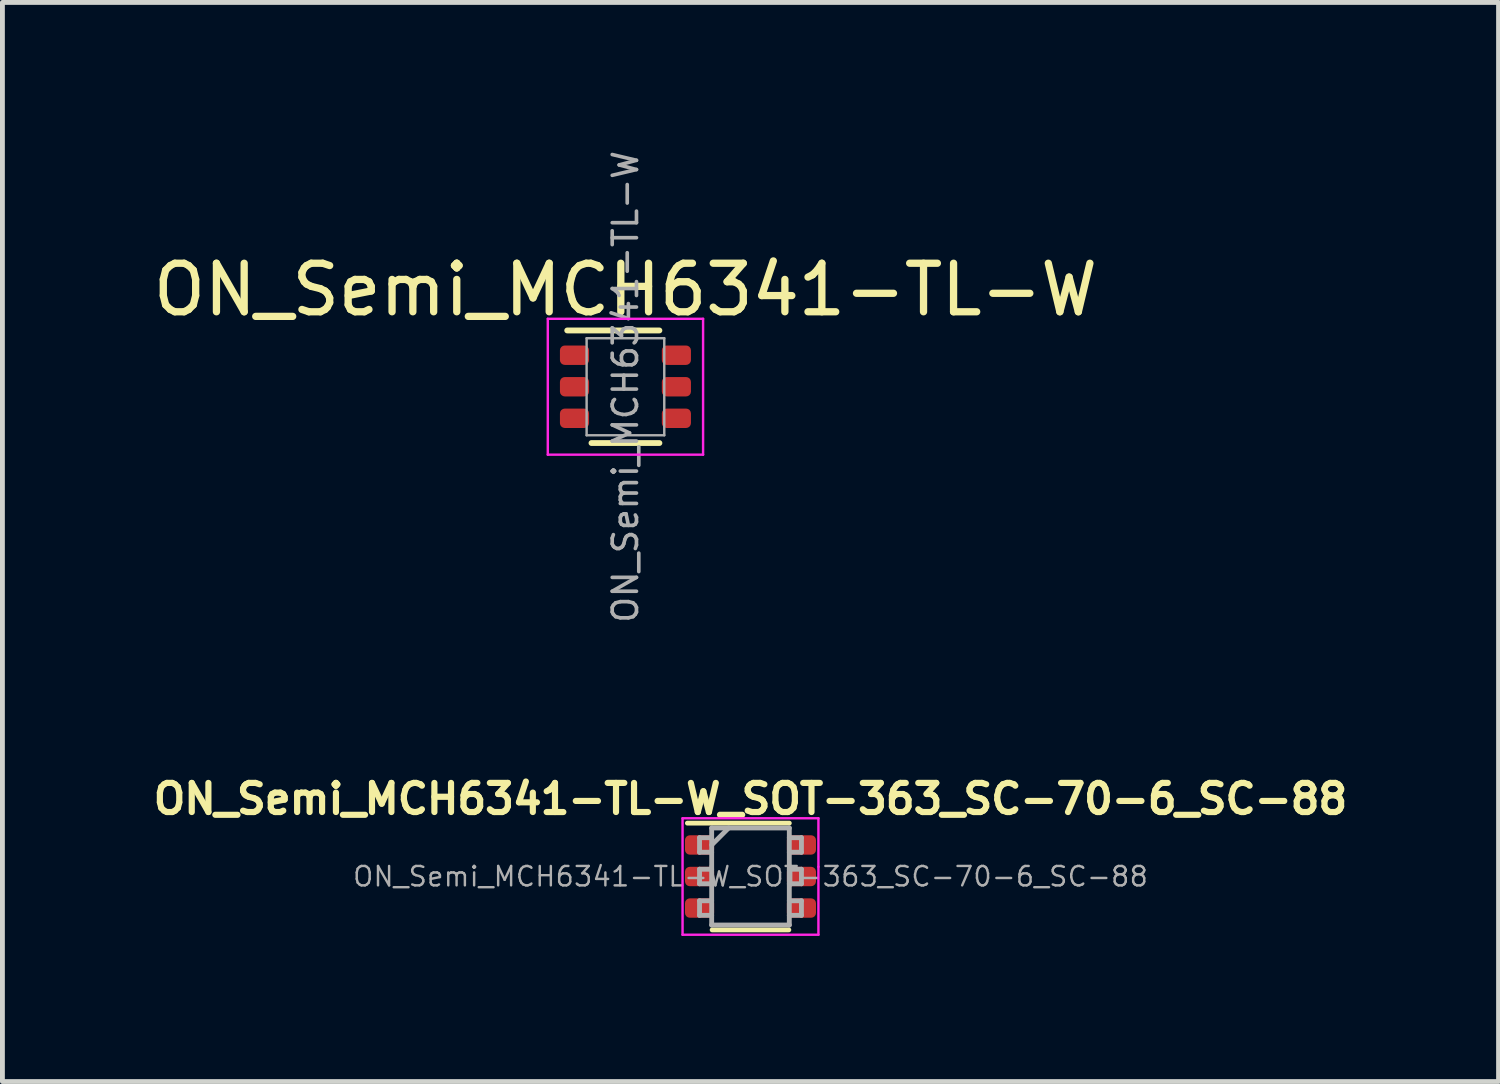
<source format=kicad_pcb>
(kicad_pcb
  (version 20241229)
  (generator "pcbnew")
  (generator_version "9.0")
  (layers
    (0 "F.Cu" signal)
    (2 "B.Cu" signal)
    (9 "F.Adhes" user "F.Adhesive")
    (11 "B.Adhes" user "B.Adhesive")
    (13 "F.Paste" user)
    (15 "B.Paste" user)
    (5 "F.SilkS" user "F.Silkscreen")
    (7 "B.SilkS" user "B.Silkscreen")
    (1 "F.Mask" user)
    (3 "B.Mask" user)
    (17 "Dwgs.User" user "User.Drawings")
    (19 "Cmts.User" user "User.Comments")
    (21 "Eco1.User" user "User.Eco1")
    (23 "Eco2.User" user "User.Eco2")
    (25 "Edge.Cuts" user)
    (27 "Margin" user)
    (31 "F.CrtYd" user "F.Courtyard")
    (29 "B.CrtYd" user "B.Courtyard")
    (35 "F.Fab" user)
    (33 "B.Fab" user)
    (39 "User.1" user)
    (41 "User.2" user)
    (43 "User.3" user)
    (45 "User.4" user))
  (footprint "ON_Semi_MCH6341-TL-W_SOT-363_SC-70-6_SC-88"
    (layer "F.Cu")
    (at 12.416 15.013)
    (property "Reference" "ON_Semi_MCH6341-TL-W_SOT-363_SC-70-6_SC-88" (at 0 -1.6 0) (layer "F.SilkS") (effects (font (size 0.6 0.6) (thickness 0.127))))
    (attr smd)
    (fp_line (start -0.79 1.1) (end 0.79 1.1) (stroke (width 0.1) (type solid)) (layer "F.SilkS"))
    (fp_line (start 0.8 -1.1) (end -1.3 -1.1) (stroke (width 0.1) (type solid)) (layer "F.SilkS"))
    (fp_line (start -1.4 -1.2) (end 1.4 -1.2) (stroke (width 0.05) (type solid)) (layer "F.CrtYd"))
    (fp_line (start -1.4 1.2) (end -1.4 -1.2) (stroke (width 0.05) (type solid)) (layer "F.CrtYd"))
    (fp_line (start -1.4 1.2) (end 1.4 1.2) (stroke (width 0.05) (type solid)) (layer "F.CrtYd"))
    (fp_line (start 1.4 -1.2) (end 1.4 -0.2) (stroke (width 0.05) (type solid)) (layer "F.CrtYd"))
    (fp_line (start 1.4 -0.2) (end 1.4 1.2) (stroke (width 0.05) (type solid)) (layer "F.CrtYd"))
    (fp_line (start -1.05 -0.8) (end -0.8 -0.8) (stroke (width 0.1) (type solid)) (layer "F.Fab"))
    (fp_line (start -1.05 -0.5) (end -1.05 -0.8) (stroke (width 0.1) (type solid)) (layer "F.Fab"))
    (fp_line (start -1.05 -0.5) (end -0.8 -0.5) (stroke (width 0.1) (type solid)) (layer "F.Fab"))
    (fp_line (start -1.05 -0.15) (end -0.8 -0.15) (stroke (width 0.1) (type solid)) (layer "F.Fab"))
    (fp_line (start -1.05 0.15) (end -1.05 -0.15) (stroke (width 0.1) (type solid)) (layer "F.Fab"))
    (fp_line (start -1.05 0.15) (end -0.8 0.15) (stroke (width 0.1) (type solid)) (layer "F.Fab"))
    (fp_line (start -1.05 0.5) (end -0.8 0.5) (stroke (width 0.1) (type solid)) (layer "F.Fab"))
    (fp_line (start -1.05 0.8) (end -1.05 0.5) (stroke (width 0.1) (type solid)) (layer "F.Fab"))
    (fp_line (start -1.05 0.8) (end -0.8 0.8) (stroke (width 0.1) (type solid)) (layer "F.Fab"))
    (fp_line (start -0.8 -1) (end -0.8 1) (stroke (width 0.1) (type solid)) (layer "F.Fab"))
    (fp_line (start -0.8 -0.65) (end -0.45 -1) (stroke (width 0.1) (type solid)) (layer "F.Fab"))
    (fp_line (start -0.8 1) (end 0.8 1) (stroke (width 0.1) (type solid)) (layer "F.Fab"))
    (fp_line (start 0.8 -1) (end -0.8 -1) (stroke (width 0.1) (type solid)) (layer "F.Fab"))
    (fp_line (start 0.8 -0.8) (end 1.05 -0.8) (stroke (width 0.1) (type solid)) (layer "F.Fab"))
    (fp_line (start 0.8 1) (end 0.8 -1) (stroke (width 0.1) (type solid)) (layer "F.Fab"))
    (fp_line (start 1.05 -0.8) (end 1.05 -0.5) (stroke (width 0.1) (type solid)) (layer "F.Fab"))
    (fp_line (start 1.05 -0.5) (end 0.8 -0.5) (stroke (width 0.1) (type solid)) (layer "F.Fab"))
    (fp_line (start 1.05 -0.15) (end 0.8 -0.15) (stroke (width 0.1) (type solid)) (layer "F.Fab"))
    (fp_line (start 1.05 0.15) (end 0.8 0.15) (stroke (width 0.1) (type solid)) (layer "F.Fab"))
    (fp_line (start 1.05 0.15) (end 1.05 -0.15) (stroke (width 0.1) (type solid)) (layer "F.Fab"))
    (fp_line (start 1.05 0.5) (end 0.8 0.5) (stroke (width 0.1) (type solid)) (layer "F.Fab"))
    (fp_line (start 1.05 0.8) (end 0.8 0.8) (stroke (width 0.1) (type solid)) (layer "F.Fab"))
    (fp_line (start 1.05 0.8) (end 1.05 0.5) (stroke (width 0.1) (type solid)) (layer "F.Fab"))
    (fp_text user "${REFERENCE}" (at 0 0 180) (layer "F.Fab") (effects (font (size 0.4 0.4) (thickness 0.05))))
    (pad "D" smd roundrect (at -1.05 -0.65) (size 0.6 0.4) (layers "F.Cu" "F.Mask" "F.Paste") (roundrect_rratio 0.25))
    (pad "D" smd roundrect (at -1.05 0) (size 0.6 0.4) (layers "F.Cu" "F.Mask" "F.Paste") (roundrect_rratio 0.25))
    (pad "D" smd roundrect (at 1.05 -0.65) (size 0.6 0.4) (layers "F.Cu" "F.Mask" "F.Paste") (roundrect_rratio 0.25))
    (pad "D" smd roundrect (at 1.05 0) (size 0.6 0.4) (layers "F.Cu" "F.Mask" "F.Paste") (roundrect_rratio 0.25))
    (pad "G" smd roundrect (at -1.05 0.65) (size 0.6 0.4) (layers "F.Cu" "F.Mask" "F.Paste") (roundrect_rratio 0.25))
    (pad "S" smd roundrect (at 1.05 0.65) (size 0.6 0.4) (layers "F.Cu" "F.Mask" "F.Paste") (roundrect_rratio 0.25)))
  (footprint "ON_Semi_MCH6341-TL-W"
    (layer "F.Cu")
    (at 9.839 4.92)
    (property "Reference" "ON_Semi_MCH6341-TL-W" (at 0 -2 0) (layer "F.SilkS") (effects (font (size 1 1) (thickness 0.15))))
    (attr smd)
    (fp_line (start -0.7 1.16) (end 0.7 1.16) (stroke (width 0.12) (type solid)) (layer "F.SilkS"))
    (fp_line (start 0.7 -1.16) (end -1.2 -1.16) (stroke (width 0.12) (type solid)) (layer "F.SilkS"))
    (fp_line (start -1.6 -1.4) (end -1.6 1.4) (stroke (width 0.05) (type solid)) (layer "F.CrtYd"))
    (fp_line (start -1.6 -1.4) (end 1.6 -1.4) (stroke (width 0.05) (type solid)) (layer "F.CrtYd"))
    (fp_line (start -1.6 1.4) (end 1.6 1.4) (stroke (width 0.05) (type solid)) (layer "F.CrtYd"))
    (fp_line (start 1.6 1.4) (end 1.6 -1.4) (stroke (width 0.05) (type solid)) (layer "F.CrtYd"))
    (fp_line (start -0.8 -1) (end -0.8 1) (stroke (width 0.05) (type solid)) (layer "F.Fab"))
    (fp_line (start -0.8 1) (end 0.8 1) (stroke (width 0.05) (type solid)) (layer "F.Fab"))
    (fp_line (start 0.8 -1) (end -0.8 -1) (stroke (width 0.05) (type solid)) (layer "F.Fab"))
    (fp_line (start 0.8 1) (end 0.8 -1) (stroke (width 0.05) (type solid)) (layer "F.Fab"))
    (fp_text user "${REFERENCE}" (at 0 0 90) (layer "F.Fab") (effects (font (size 0.5 0.5) (thickness 0.075))))
    (pad "D" smd roundrect (at -1.05 -0.65) (size 0.6 0.4) (layers "F.Cu" "F.Mask" "F.Paste") (roundrect_rratio 0.25))
    (pad "D" smd roundrect (at -1.05 0) (size 0.6 0.4) (layers "F.Cu" "F.Mask" "F.Paste") (roundrect_rratio 0.25))
    (pad "D" smd roundrect (at 1.05 -0.65) (size 0.6 0.4) (layers "F.Cu" "F.Mask" "F.Paste") (roundrect_rratio 0.25))
    (pad "D" smd roundrect (at 1.05 0) (size 0.6 0.4) (layers "F.Cu" "F.Mask" "F.Paste") (roundrect_rratio 0.25))
    (pad "G" smd roundrect (at -1.05 0.65) (size 0.6 0.4) (layers "F.Cu" "F.Mask" "F.Paste") (roundrect_rratio 0.25))
    (pad "S" smd roundrect (at 1.05 0.65) (size 0.6 0.4) (layers "F.Cu" "F.Mask" "F.Paste") (roundrect_rratio 0.25)))
  (gr_rect
    (start -3 -3)
    (end 27.832 19.238)
    (stroke (width 0.1) (type default))
    (fill no)
    (layer "Edge.Cuts")))
</source>
